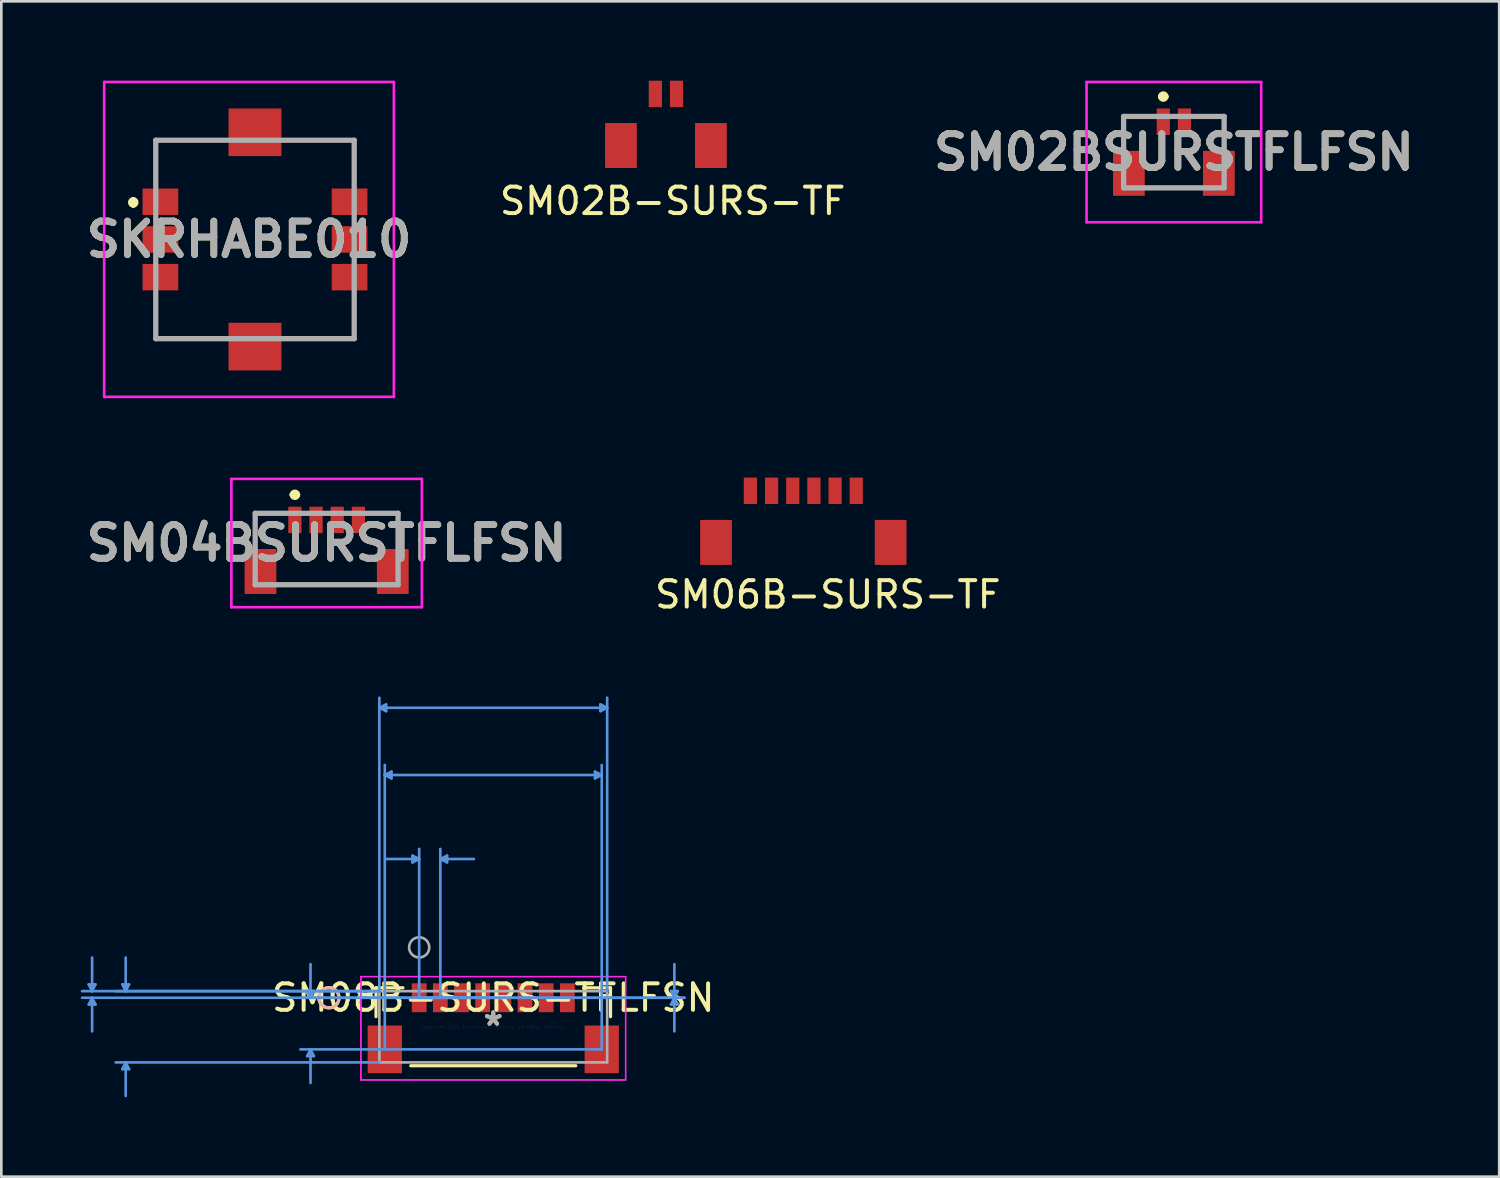
<source format=kicad_pcb>
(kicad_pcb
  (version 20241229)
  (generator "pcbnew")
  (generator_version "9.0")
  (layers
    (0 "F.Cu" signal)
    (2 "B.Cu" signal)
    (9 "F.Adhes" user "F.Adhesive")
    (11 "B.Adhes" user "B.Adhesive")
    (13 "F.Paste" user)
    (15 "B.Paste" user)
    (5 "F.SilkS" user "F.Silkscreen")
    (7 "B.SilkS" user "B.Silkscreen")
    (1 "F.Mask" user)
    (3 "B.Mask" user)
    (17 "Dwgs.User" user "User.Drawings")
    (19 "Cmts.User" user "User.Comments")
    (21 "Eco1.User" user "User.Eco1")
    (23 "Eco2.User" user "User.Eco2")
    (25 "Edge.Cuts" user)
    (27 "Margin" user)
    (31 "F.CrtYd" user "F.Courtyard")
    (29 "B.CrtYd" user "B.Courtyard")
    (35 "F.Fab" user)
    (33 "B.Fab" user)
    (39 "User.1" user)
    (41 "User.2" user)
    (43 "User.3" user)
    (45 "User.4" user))
  (footprint "SM08B-SURS-TFLFSN"
    (layer "F.Cu")
    (at 15.593 35.757)
    (property "Reference" "SM08B-SURS-TFLFSN" (at 0 -1.096 0) (layer "F.SilkS") (effects (font (size 1 1) (thickness 0.15))))
    (attr smd)
    (fp_line (start -4.432 -1.473) (end -4.432 -0.381) (stroke (width 0.12) (type solid)) (layer "F.SilkS"))
    (fp_line (start -3.412 -1.473) (end -4.432 -1.473) (stroke (width 0.12) (type solid)) (layer "F.SilkS"))
    (fp_line (start -3.12 1.473) (end 3.12 1.473) (stroke (width 0.12) (type solid)) (layer "F.SilkS"))
    (fp_line (start 4.432 -1.473) (end 3.412 -1.473) (stroke (width 0.12) (type solid)) (layer "F.SilkS"))
    (fp_line (start 4.432 -0.381) (end 4.432 -1.473) (stroke (width 0.12) (type solid)) (layer "F.SilkS"))
    (fp_circle (center -6.21 -1.096) (end -5.829 -1.096) (stroke (width 0.12) (type solid)) (fill no) (layer "F.SilkS"))
    (fp_circle (center -6.21 -1.096) (end -5.829 -1.096) (stroke (width 0.12) (type solid)) (fill no) (layer "B.SilkS"))
    (fp_line (start -15.289 -1.6) (end -15.035 -1.6) (stroke (width 0.1) (type solid)) (layer "Cmts.User"))
    (fp_line (start -15.289 -0.842) (end -15.035 -0.842) (stroke (width 0.1) (type solid)) (layer "Cmts.User"))
    (fp_line (start -15.162 -1.346) (end -15.289 -1.6) (stroke (width 0.1) (type solid)) (layer "Cmts.User"))
    (fp_line (start -15.162 -1.346) (end -15.162 -2.616) (stroke (width 0.1) (type solid)) (layer "Cmts.User"))
    (fp_line (start -15.162 -1.346) (end -15.035 -1.6) (stroke (width 0.1) (type solid)) (layer "Cmts.User"))
    (fp_line (start -15.162 -1.096) (end -15.289 -0.842) (stroke (width 0.1) (type solid)) (layer "Cmts.User"))
    (fp_line (start -15.162 -1.096) (end -15.162 0.174) (stroke (width 0.1) (type solid)) (layer "Cmts.User"))
    (fp_line (start -15.162 -1.096) (end -15.035 -0.842) (stroke (width 0.1) (type solid)) (layer "Cmts.User"))
    (fp_line (start -14.019 -1.6) (end -13.765 -1.6) (stroke (width 0.1) (type solid)) (layer "Cmts.User"))
    (fp_line (start -14.019 1.6) (end -13.765 1.6) (stroke (width 0.1) (type solid)) (layer "Cmts.User"))
    (fp_line (start -13.892 -1.346) (end -14.019 -1.6) (stroke (width 0.1) (type solid)) (layer "Cmts.User"))
    (fp_line (start -13.892 -1.346) (end -13.892 -2.616) (stroke (width 0.1) (type solid)) (layer "Cmts.User"))
    (fp_line (start -13.892 -1.346) (end -13.765 -1.6) (stroke (width 0.1) (type solid)) (layer "Cmts.User"))
    (fp_line (start -13.892 1.346) (end -14.019 1.6) (stroke (width 0.1) (type solid)) (layer "Cmts.User"))
    (fp_line (start -13.892 1.346) (end -13.892 2.616) (stroke (width 0.1) (type solid)) (layer "Cmts.User"))
    (fp_line (start -13.892 1.346) (end -13.765 1.6) (stroke (width 0.1) (type solid)) (layer "Cmts.User"))
    (fp_line (start -7.034 -1.35) (end -6.78 -1.35) (stroke (width 0.1) (type solid)) (layer "Cmts.User"))
    (fp_line (start -7.034 1.108) (end -6.78 1.108) (stroke (width 0.1) (type solid)) (layer "Cmts.User"))
    (fp_line (start -6.907 -1.096) (end -7.034 -1.35) (stroke (width 0.1) (type solid)) (layer "Cmts.User"))
    (fp_line (start -6.907 -1.096) (end -6.907 -2.366) (stroke (width 0.1) (type solid)) (layer "Cmts.User"))
    (fp_line (start -6.907 -1.096) (end -6.78 -1.35) (stroke (width 0.1) (type solid)) (layer "Cmts.User"))
    (fp_line (start -6.907 0.854) (end -7.034 1.108) (stroke (width 0.1) (type solid)) (layer "Cmts.User"))
    (fp_line (start -6.907 0.854) (end -6.907 2.124) (stroke (width 0.1) (type solid)) (layer "Cmts.User"))
    (fp_line (start -6.907 0.854) (end -6.78 1.108) (stroke (width 0.1) (type solid)) (layer "Cmts.User"))
    (fp_line (start -4.305 -12.056) (end -4.051 -12.183) (stroke (width 0.1) (type solid)) (layer "Cmts.User"))
    (fp_line (start -4.305 -12.056) (end -4.051 -11.929) (stroke (width 0.1) (type solid)) (layer "Cmts.User"))
    (fp_line (start -4.305 -12.056) (end 4.305 -12.056) (stroke (width 0.1) (type solid)) (layer "Cmts.User"))
    (fp_line (start -4.305 -1.346) (end -15.543 -1.346) (stroke (width 0.1) (type solid)) (layer "Cmts.User"))
    (fp_line (start -4.305 -1.346) (end -14.273 -1.346) (stroke (width 0.1) (type solid)) (layer "Cmts.User"))
    (fp_line (start -4.305 -1.346) (end -4.305 -12.437) (stroke (width 0.1) (type solid)) (layer "Cmts.User"))
    (fp_line (start -4.305 1.346) (end -14.273 1.346) (stroke (width 0.1) (type solid)) (layer "Cmts.User"))
    (fp_line (start -4.1 -9.516) (end -3.846 -9.643) (stroke (width 0.1) (type solid)) (layer "Cmts.User"))
    (fp_line (start -4.1 -9.516) (end -3.846 -9.389) (stroke (width 0.1) (type solid)) (layer "Cmts.User"))
    (fp_line (start -4.1 -9.516) (end 4.1 -9.516) (stroke (width 0.1) (type solid)) (layer "Cmts.User"))
    (fp_line (start -4.1 0.854) (end -4.1 -9.897) (stroke (width 0.1) (type solid)) (layer "Cmts.User"))
    (fp_line (start -4.051 -12.183) (end -4.051 -11.929) (stroke (width 0.1) (type solid)) (layer "Cmts.User"))
    (fp_line (start -3.846 -9.643) (end -3.846 -9.389) (stroke (width 0.1) (type solid)) (layer "Cmts.User"))
    (fp_line (start -3.054 -6.468) (end -3.054 -6.214) (stroke (width 0.1) (type solid)) (layer "Cmts.User"))
    (fp_line (start -2.8 -6.341) (end -4.07 -6.341) (stroke (width 0.1) (type solid)) (layer "Cmts.User"))
    (fp_line (start -2.8 -6.341) (end -3.054 -6.468) (stroke (width 0.1) (type solid)) (layer "Cmts.User"))
    (fp_line (start -2.8 -6.341) (end -3.054 -6.214) (stroke (width 0.1) (type solid)) (layer "Cmts.User"))
    (fp_line (start -2.8 -1.096) (end -2.8 -6.722) (stroke (width 0.1) (type solid)) (layer "Cmts.User"))
    (fp_line (start -2.8 -1.096) (end 7.226 -1.096) (stroke (width 0.1) (type solid)) (layer "Cmts.User"))
    (fp_line (start -2.8 -1.096) (end 7.226 -1.096) (stroke (width 0.1) (type solid)) (layer "Cmts.User"))
    (fp_line (start -2 -6.341) (end -1.746 -6.468) (stroke (width 0.1) (type solid)) (layer "Cmts.User"))
    (fp_line (start -2 -6.341) (end -1.746 -6.214) (stroke (width 0.1) (type solid)) (layer "Cmts.User"))
    (fp_line (start -2 -6.341) (end -0.73 -6.341) (stroke (width 0.1) (type solid)) (layer "Cmts.User"))
    (fp_line (start -2 -1.096) (end -2 -6.722) (stroke (width 0.1) (type solid)) (layer "Cmts.User"))
    (fp_line (start -1.746 -6.468) (end -1.746 -6.214) (stroke (width 0.1) (type solid)) (layer "Cmts.User"))
    (fp_line (start 0 -1.096) (end -15.543 -1.096) (stroke (width 0.1) (type solid)) (layer "Cmts.User"))
    (fp_line (start 0 -1.096) (end -7.288 -1.096) (stroke (width 0.1) (type solid)) (layer "Cmts.User"))
    (fp_line (start 3.846 -9.643) (end 3.846 -9.389) (stroke (width 0.1) (type solid)) (layer "Cmts.User"))
    (fp_line (start 4.051 -12.183) (end 4.051 -11.929) (stroke (width 0.1) (type solid)) (layer "Cmts.User"))
    (fp_line (start 4.1 -9.516) (end 3.846 -9.643) (stroke (width 0.1) (type solid)) (layer "Cmts.User"))
    (fp_line (start 4.1 -9.516) (end 3.846 -9.389) (stroke (width 0.1) (type solid)) (layer "Cmts.User"))
    (fp_line (start 4.1 0.854) (end -7.288 0.854) (stroke (width 0.1) (type solid)) (layer "Cmts.User"))
    (fp_line (start 4.1 0.854) (end 4.1 -9.897) (stroke (width 0.1) (type solid)) (layer "Cmts.User"))
    (fp_line (start 4.305 -12.056) (end 4.051 -12.183) (stroke (width 0.1) (type solid)) (layer "Cmts.User"))
    (fp_line (start 4.305 -12.056) (end 4.051 -11.929) (stroke (width 0.1) (type solid)) (layer "Cmts.User"))
    (fp_line (start 4.305 -1.346) (end 4.305 -12.437) (stroke (width 0.1) (type solid)) (layer "Cmts.User"))
    (fp_line (start 6.718 -1.35) (end 6.972 -1.35) (stroke (width 0.1) (type solid)) (layer "Cmts.User"))
    (fp_line (start 6.718 -0.842) (end 6.972 -0.842) (stroke (width 0.1) (type solid)) (layer "Cmts.User"))
    (fp_line (start 6.845 -1.096) (end 6.718 -1.35) (stroke (width 0.1) (type solid)) (layer "Cmts.User"))
    (fp_line (start 6.845 -1.096) (end 6.718 -0.842) (stroke (width 0.1) (type solid)) (layer "Cmts.User"))
    (fp_line (start 6.845 -1.096) (end 6.845 -2.366) (stroke (width 0.1) (type solid)) (layer "Cmts.User"))
    (fp_line (start 6.845 -1.096) (end 6.845 0.174) (stroke (width 0.1) (type solid)) (layer "Cmts.User"))
    (fp_line (start 6.845 -1.096) (end 6.972 -1.35) (stroke (width 0.1) (type solid)) (layer "Cmts.User"))
    (fp_line (start 6.845 -1.096) (end 6.972 -0.842) (stroke (width 0.1) (type solid)) (layer "Cmts.User"))
    (fp_line (start -5.002 -1.896) (end -5.002 2.01) (stroke (width 0.05) (type solid)) (layer "F.CrtYd"))
    (fp_line (start -5.002 -1.896) (end -5.002 2.01) (stroke (width 0.05) (type solid)) (layer "F.CrtYd"))
    (fp_line (start -5.002 2.01) (end 5.002 2.01) (stroke (width 0.05) (type solid)) (layer "F.CrtYd"))
    (fp_line (start -5.002 2.01) (end 5.002 2.01) (stroke (width 0.05) (type solid)) (layer "F.CrtYd"))
    (fp_line (start 5.002 -1.896) (end -5.002 -1.896) (stroke (width 0.05) (type solid)) (layer "F.CrtYd"))
    (fp_line (start 5.002 -1.896) (end -5.002 -1.896) (stroke (width 0.05) (type solid)) (layer "F.CrtYd"))
    (fp_line (start 5.002 2.01) (end 5.002 -1.896) (stroke (width 0.05) (type solid)) (layer "F.CrtYd"))
    (fp_line (start 5.002 2.01) (end 5.002 -1.896) (stroke (width 0.05) (type solid)) (layer "F.CrtYd"))
    (fp_line (start -4.305 -1.346) (end -4.305 1.346) (stroke (width 0.1) (type solid)) (layer "F.Fab"))
    (fp_line (start -4.305 1.346) (end 4.305 1.346) (stroke (width 0.1) (type solid)) (layer "F.Fab"))
    (fp_line (start 4.305 -1.346) (end -4.305 -1.346) (stroke (width 0.1) (type solid)) (layer "F.Fab"))
    (fp_line (start 4.305 1.346) (end 4.305 -1.346) (stroke (width 0.1) (type solid)) (layer "F.Fab"))
    (fp_circle (center -2.8 -3.001) (end -2.419 -3.001) (stroke (width 0.1) (type solid)) (fill no) (layer "F.Fab"))
    (fp_text user "*" (at 0 0 0) (layer "F.SilkS") (effects (font (size 1 1) (thickness 0.15))))
    (fp_text user "Copyright 2021 Accelerated Designs. All rights reserved." (at 0 0 0) (layer "Cmts.User") (effects (font (size 0.127 0.127) (thickness 0.002))))
    (fp_text user "*" (at 0 0 0) (layer "F.Fab") (effects (font (size 1 1) (thickness 0.15))))
    (pad "1" smd rect (at -2.8 -1.096) (size 0.559 1.092) (layers "F.Cu" "F.Mask" "F.Paste"))
    (pad "2" smd rect (at -2 -1.096) (size 0.559 1.092) (layers "F.Cu" "F.Mask" "F.Paste"))
    (pad "3" smd rect (at -1.2 -1.096) (size 0.559 1.092) (layers "F.Cu" "F.Mask" "F.Paste"))
    (pad "4" smd rect (at -0.4 -1.096) (size 0.559 1.092) (layers "F.Cu" "F.Mask" "F.Paste"))
    (pad "5" smd rect (at 0.4 -1.096) (size 0.559 1.092) (layers "F.Cu" "F.Mask" "F.Paste"))
    (pad "6" smd rect (at 1.2 -1.096) (size 0.559 1.092) (layers "F.Cu" "F.Mask" "F.Paste"))
    (pad "7" smd rect (at 2 -1.096) (size 0.559 1.092) (layers "F.Cu" "F.Mask" "F.Paste"))
    (pad "8" smd rect (at 2.8 -1.096) (size 0.559 1.092) (layers "F.Cu" "F.Mask" "F.Paste"))
    (pad "9" smd rect (at -4.1 0.854) (size 1.295 1.803) (layers "F.Cu" "F.Mask" "F.Paste"))
    (pad "10" smd rect (at 4.1 0.854) (size 1.295 1.803) (layers "F.Cu" "F.Mask" "F.Paste")))
  (footprint "SM02B-SURS-TF"
    (layer "F.Cu")
    (at 22.119 1)
    (property "Reference" "SM02B-SURS-TF" (at 0.254 3.548 0) (layer "F.SilkS") (effects (font (size 1 1) (thickness 0.15))))
    (attr smd)
    (pad "1" smd rect (at -0.4 -0.5) (size 0.5 1) (layers "F.Cu" "F.Mask" "F.Paste"))
    (pad "2" smd rect (at 0.4 -0.5) (size 0.5 1) (layers "F.Cu" "F.Mask" "F.Paste"))
    (pad "3" smd rect (at -1.7 1.45) (size 1.2 1.7) (layers "F.Cu" "F.Mask" "F.Paste"))
    (pad "3" smd rect (at 1.7 1.45) (size 1.2 1.7) (layers "F.Cu" "F.Mask" "F.Paste")))
  (footprint "SM02BSURSTFLFSN"
    (layer "F.Cu")
    (at 41.317 2.7)
    (property "Reference" "SM02BSURSTFLFSN" (at 0 0 0) (layer "F.SilkS") (effects (font (size 1.27 1.27) (thickness 0.254))))
    (attr smd)
    (fp_line (start -1.9 -1.35) (end -1.9 -0.4) (stroke (width 0.1) (type solid)) (layer "F.SilkS"))
    (fp_line (start -1 -1.35) (end -1.9 -1.35) (stroke (width 0.1) (type solid)) (layer "F.SilkS"))
    (fp_line (start -0.8 1.35) (end 0.8 1.35) (stroke (width 0.1) (type solid)) (layer "F.SilkS"))
    (fp_line (start -0.5 -2.1) (end -0.5 -2.1) (stroke (width 0.2) (type solid)) (layer "F.SilkS"))
    (fp_line (start -0.3 -2.1) (end -0.3 -2.1) (stroke (width 0.2) (type solid)) (layer "F.SilkS"))
    (fp_line (start 1 -1.35) (end 1.9 -1.35) (stroke (width 0.1) (type solid)) (layer "F.SilkS"))
    (fp_line (start 1.9 -1.35) (end 1.9 -0.4) (stroke (width 0.1) (type solid)) (layer "F.SilkS"))
    (fp_arc (start -0.5 -2.1) (mid -0.4 -2.2) (end -0.3 -2.1) (stroke (width 0.2) (type solid)) (layer "F.SilkS"))
    (fp_arc (start -0.3 -2.1) (mid -0.4 -2) (end -0.5 -2.1) (stroke (width 0.2) (type solid)) (layer "F.SilkS"))
    (fp_line (start -3.3 -2.65) (end 3.3 -2.65) (stroke (width 0.1) (type solid)) (layer "F.CrtYd"))
    (fp_line (start -3.3 2.65) (end -3.3 -2.65) (stroke (width 0.1) (type solid)) (layer "F.CrtYd"))
    (fp_line (start 3.3 -2.65) (end 3.3 2.65) (stroke (width 0.1) (type solid)) (layer "F.CrtYd"))
    (fp_line (start 3.3 2.65) (end -3.3 2.65) (stroke (width 0.1) (type solid)) (layer "F.CrtYd"))
    (fp_line (start -1.9 -1.35) (end 1.9 -1.35) (stroke (width 0.2) (type solid)) (layer "F.Fab"))
    (fp_line (start -1.9 1.35) (end -1.9 -1.35) (stroke (width 0.2) (type solid)) (layer "F.Fab"))
    (fp_line (start 1.9 -1.35) (end 1.9 1.35) (stroke (width 0.2) (type solid)) (layer "F.Fab"))
    (fp_line (start 1.9 1.35) (end -1.9 1.35) (stroke (width 0.2) (type solid)) (layer "F.Fab"))
    (fp_text user "${REFERENCE}" (at 0 0 0) (layer "F.Fab") (effects (font (size 1.27 1.27) (thickness 0.254))))
    (pad "1" smd rect (at -0.4 -1.15) (size 0.5 1) (layers "F.Cu" "F.Mask" "F.Paste"))
    (pad "2" smd rect (at 0.4 -1.15) (size 0.5 1) (layers "F.Cu" "F.Mask" "F.Paste"))
    (pad "MP1" smd rect (at -1.7 0.8) (size 1.2 1.7) (layers "F.Cu" "F.Mask" "F.Paste"))
    (pad "MP2" smd rect (at 1.7 0.8) (size 1.2 1.7) (layers "F.Cu" "F.Mask" "F.Paste")))
  (footprint "SM06B-SURS-TF"
    (layer "F.Cu")
    (at 28.112 16)
    (property "Reference" "SM06B-SURS-TF" (at 0.127 3.421 0) (layer "F.SilkS") (effects (font (size 1 1) (thickness 0.15))))
    (attr through_hole)
    (pad "1" smd rect (at 1.2 -0.5) (size 0.5 1) (layers "F.Cu" "F.Mask" "F.Paste"))
    (pad "2" smd rect (at 0.4 -0.5) (size 0.5 1) (layers "F.Cu" "F.Mask" "F.Paste"))
    (pad "3" smd rect (at -0.4 -0.5) (size 0.5 1) (layers "F.Cu" "F.Mask" "F.Paste"))
    (pad "4" smd rect (at -1.2 -0.5) (size 0.5 1) (layers "F.Cu" "F.Mask" "F.Paste"))
    (pad "5" smd rect (at -2 -0.5) (size 0.5 1) (layers "F.Cu" "F.Mask" "F.Paste"))
    (pad "6" smd rect (at -2.8 -0.5) (size 0.5 1) (layers "F.Cu" "F.Mask" "F.Paste"))
    (pad "FIX1" smd rect (at -4.1 1.45) (size 1.2 1.7) (layers "F.Cu" "F.Mask" "F.Paste"))
    (pad "FIX2" smd rect (at 2.5 1.45) (size 1.2 1.7) (layers "F.Cu" "F.Mask" "F.Paste")))
  (footprint "SKRHABE010"
    (layer "F.Cu")
    (at 6.587 6)
    (property "Reference" "SKRHABE010" (at -0.225 0 0) (layer "F.SilkS") (effects (font (size 1.27 1.27) (thickness 0.254))))
    (attr through_hole)
    (fp_line (start -4.6 -1.5) (end -4.6 -1.5) (stroke (width 0.2) (type solid)) (layer "F.SilkS"))
    (fp_line (start -4.6 -1.3) (end -4.6 -1.3) (stroke (width 0.2) (type solid)) (layer "F.SilkS"))
    (fp_line (start -3.75 -3.75) (end -3.75 -2.5) (stroke (width 0.1) (type solid)) (layer "F.SilkS"))
    (fp_line (start -3.75 2.5) (end -3.75 3.75) (stroke (width 0.1) (type solid)) (layer "F.SilkS"))
    (fp_line (start -3.75 3.75) (end -1.5 3.75) (stroke (width 0.1) (type solid)) (layer "F.SilkS"))
    (fp_line (start -1.5 -3.75) (end -3.75 -3.75) (stroke (width 0.1) (type solid)) (layer "F.SilkS"))
    (fp_line (start 1.5 -3.75) (end 3.75 -3.75) (stroke (width 0.1) (type solid)) (layer "F.SilkS"))
    (fp_line (start 1.5 3.75) (end 3.75 3.75) (stroke (width 0.1) (type solid)) (layer "F.SilkS"))
    (fp_line (start 3.75 -3.75) (end 3.75 -2.5) (stroke (width 0.1) (type solid)) (layer "F.SilkS"))
    (fp_line (start 3.75 3.75) (end 3.75 2.5) (stroke (width 0.1) (type solid)) (layer "F.SilkS"))
    (fp_arc (start -4.6 -1.5) (mid -4.5 -1.4) (end -4.6 -1.3) (stroke (width 0.2) (type solid)) (layer "F.SilkS"))
    (fp_arc (start -4.6 -1.3) (mid -4.7 -1.4) (end -4.6 -1.5) (stroke (width 0.2) (type solid)) (layer "F.SilkS"))
    (fp_line (start -5.7 -5.95) (end 5.25 -5.95) (stroke (width 0.1) (type solid)) (layer "F.CrtYd"))
    (fp_line (start -5.7 5.95) (end -5.7 -5.95) (stroke (width 0.1) (type solid)) (layer "F.CrtYd"))
    (fp_line (start 5.25 -5.95) (end 5.25 5.95) (stroke (width 0.1) (type solid)) (layer "F.CrtYd"))
    (fp_line (start 5.25 5.95) (end -5.7 5.95) (stroke (width 0.1) (type solid)) (layer "F.CrtYd"))
    (fp_line (start -3.75 -3.75) (end 3.75 -3.75) (stroke (width 0.2) (type solid)) (layer "F.Fab"))
    (fp_line (start -3.75 3.75) (end -3.75 -3.75) (stroke (width 0.2) (type solid)) (layer "F.Fab"))
    (fp_line (start 3.75 -3.75) (end 3.75 3.75) (stroke (width 0.2) (type solid)) (layer "F.Fab"))
    (fp_line (start 3.75 3.75) (end -3.75 3.75) (stroke (width 0.2) (type solid)) (layer "F.Fab"))
    (fp_text user "${REFERENCE}" (at -0.225 0 0) (layer "F.Fab") (effects (font (size 1.27 1.27) (thickness 0.254))))
    (pad "" np_thru_hole circle (at 0 -1.9) (size 0.001 0.001) (drill 0.75) (layers "*.Cu" "*.Mask"))
    (pad "" np_thru_hole circle (at 0 1.9) (size 0.001 0.001) (drill 1.05) (layers "*.Cu" "*.Mask"))
    (pad "1" smd rect (at -3.575 -1.425 90) (size 1 1.35) (layers "F.Cu" "F.Mask" "F.Paste"))
    (pad "2" smd rect (at -3.575 0 90) (size 1 1.35) (layers "F.Cu" "F.Mask" "F.Paste"))
    (pad "3" smd rect (at -3.575 1.425 90) (size 1 1.35) (layers "F.Cu" "F.Mask" "F.Paste"))
    (pad "4" smd rect (at 3.575 -1.425 90) (size 1 1.35) (layers "F.Cu" "F.Mask" "F.Paste"))
    (pad "5" smd rect (at 3.575 0 90) (size 1 1.35) (layers "F.Cu" "F.Mask" "F.Paste"))
    (pad "6" smd rect (at 3.575 1.425 90) (size 1 1.35) (layers "F.Cu" "F.Mask" "F.Paste"))
    (pad "7" smd rect (at 0 -4.05 90) (size 1.8 2) (layers "F.Cu" "F.Mask" "F.Paste"))
    (pad "8" smd rect (at 0 4.05 90) (size 1.8 2) (layers "F.Cu" "F.Mask" "F.Paste")))
  (footprint "SM04BSURSTFLFSN"
    (layer "F.Cu")
    (at 9.295 17.475)
    (property "Reference" "SM04BSURSTFLFSN" (at 0 0 0) (layer "F.SilkS") (effects (font (size 1.27 1.27) (thickness 0.254))))
    (attr smd)
    (fp_line (start -2.7 -1.125) (end -2 -1.125) (stroke (width 0.1) (type solid)) (layer "F.SilkS"))
    (fp_line (start -2.7 -0.5) (end -2.7 -1.125) (stroke (width 0.1) (type solid)) (layer "F.SilkS"))
    (fp_line (start -1.3 -1.825) (end -1.3 -1.825) (stroke (width 0.2) (type solid)) (layer "F.SilkS"))
    (fp_line (start -1.1 -1.825) (end -1.1 -1.825) (stroke (width 0.2) (type solid)) (layer "F.SilkS"))
    (fp_line (start -1 1.575) (end 1 1.575) (stroke (width 0.1) (type solid)) (layer "F.SilkS"))
    (fp_line (start 2.7 -1.125) (end 2 -1.125) (stroke (width 0.1) (type solid)) (layer "F.SilkS"))
    (fp_line (start 2.7 -0.5) (end 2.7 -1.125) (stroke (width 0.1) (type solid)) (layer "F.SilkS"))
    (fp_arc (start -1.3 -1.825) (mid -1.2 -1.925) (end -1.1 -1.825) (stroke (width 0.2) (type solid)) (layer "F.SilkS"))
    (fp_arc (start -1.1 -1.825) (mid -1.2 -1.725) (end -1.3 -1.825) (stroke (width 0.2) (type solid)) (layer "F.SilkS"))
    (fp_line (start -3.6 -2.425) (end 3.6 -2.425) (stroke (width 0.1) (type solid)) (layer "F.CrtYd"))
    (fp_line (start -3.6 2.425) (end -3.6 -2.425) (stroke (width 0.1) (type solid)) (layer "F.CrtYd"))
    (fp_line (start 3.6 -2.425) (end 3.6 2.425) (stroke (width 0.1) (type solid)) (layer "F.CrtYd"))
    (fp_line (start 3.6 2.425) (end -3.6 2.425) (stroke (width 0.1) (type solid)) (layer "F.CrtYd"))
    (fp_line (start -2.7 -1.125) (end 2.7 -1.125) (stroke (width 0.2) (type solid)) (layer "F.Fab"))
    (fp_line (start -2.7 1.575) (end -2.7 -1.125) (stroke (width 0.2) (type solid)) (layer "F.Fab"))
    (fp_line (start 2.7 -1.125) (end 2.7 1.575) (stroke (width 0.2) (type solid)) (layer "F.Fab"))
    (fp_line (start 2.7 1.575) (end -2.7 1.575) (stroke (width 0.2) (type solid)) (layer "F.Fab"))
    (fp_text user "${REFERENCE}" (at 0 0 0) (layer "F.Fab") (effects (font (size 1.27 1.27) (thickness 0.254))))
    (pad "1" smd rect (at -1.2 -0.875) (size 0.5 1) (layers "F.Cu" "F.Mask" "F.Paste"))
    (pad "2" smd rect (at -0.4 -0.875) (size 0.5 1) (layers "F.Cu" "F.Mask" "F.Paste"))
    (pad "3" smd rect (at 0.4 -0.875) (size 0.5 1) (layers "F.Cu" "F.Mask" "F.Paste"))
    (pad "4" smd rect (at 1.2 -0.875) (size 0.5 1) (layers "F.Cu" "F.Mask" "F.Paste"))
    (pad "MP1" smd rect (at -2.5 1.075) (size 1.2 1.7) (layers "F.Cu" "F.Mask" "F.Paste"))
    (pad "MP2" smd rect (at 2.5 1.075) (size 1.2 1.7) (layers "F.Cu" "F.Mask" "F.Paste")))
  (gr_rect
    (start -3 -3)
    (end 53.612 41.423)
    (stroke (width 0.1) (type default))
    (fill no)
    (layer "Edge.Cuts")))
</source>
